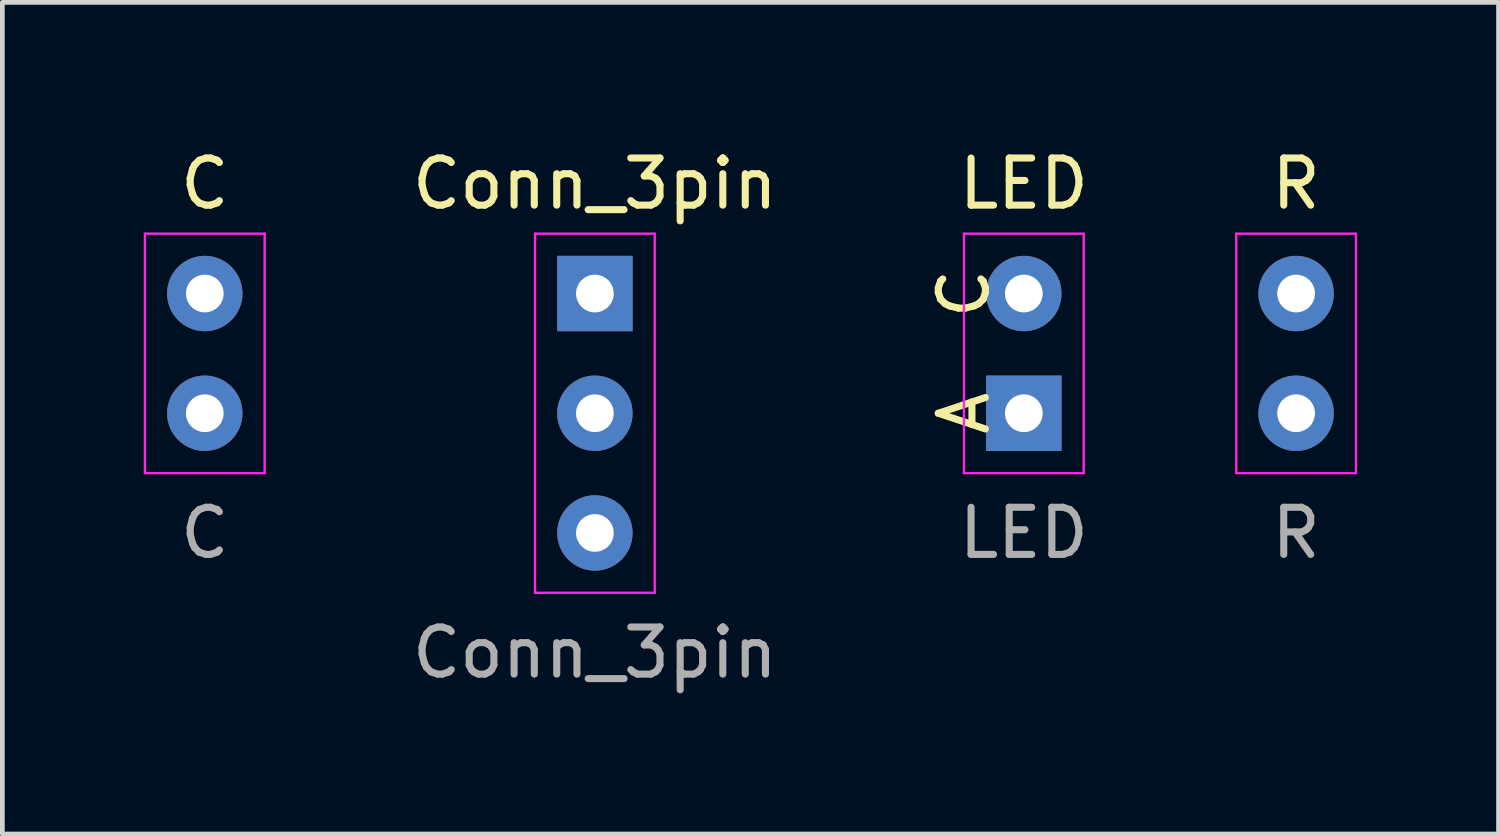
<source format=kicad_pcb>
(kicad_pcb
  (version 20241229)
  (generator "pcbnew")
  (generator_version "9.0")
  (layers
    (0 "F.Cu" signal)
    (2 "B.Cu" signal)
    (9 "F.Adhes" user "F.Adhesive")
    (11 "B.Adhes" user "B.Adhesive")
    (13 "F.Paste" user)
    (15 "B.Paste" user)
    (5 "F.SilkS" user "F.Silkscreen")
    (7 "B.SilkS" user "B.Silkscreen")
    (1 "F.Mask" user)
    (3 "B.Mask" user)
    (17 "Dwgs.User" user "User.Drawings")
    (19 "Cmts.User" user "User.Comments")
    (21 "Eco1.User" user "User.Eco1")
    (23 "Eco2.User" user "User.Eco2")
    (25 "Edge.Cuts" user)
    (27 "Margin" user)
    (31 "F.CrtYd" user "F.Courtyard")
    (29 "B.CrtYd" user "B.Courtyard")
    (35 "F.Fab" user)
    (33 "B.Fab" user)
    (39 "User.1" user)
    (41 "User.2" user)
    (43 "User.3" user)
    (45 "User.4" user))
  (footprint "LED"
    (layer "F.Cu")
    (at 18.673 3.178)
    (property "Reference" "LED" (at 0 -2.33 0) (layer "F.SilkS") (effects (font (size 1 1) (thickness 0.15))))
    (attr through_hole)
    (fp_line (start -1.27 -1.27) (end -1.27 3.81) (stroke (width 0.05) (type solid)) (layer "F.CrtYd"))
    (fp_line (start 1.27 -1.27) (end -1.27 -1.27) (stroke (width 0.05) (type solid)) (layer "F.CrtYd"))
    (fp_line (start 1.27 3.81) (end -1.27 3.81) (stroke (width 0.05) (type solid)) (layer "F.CrtYd"))
    (fp_line (start 1.27 3.81) (end 1.27 -1.27) (stroke (width 0.05) (type solid)) (layer "F.CrtYd"))
    (fp_text user "C" (at -1.27 0 90) (layer "F.SilkS") (effects (font (size 1 1) (thickness 0.15))))
    (fp_text user "A" (at -1.27 2.54 90) (layer "F.SilkS") (effects (font (size 1 1) (thickness 0.15))))
    (fp_text user "${REFERENCE}" (at 0 5.08 0) (layer "F.Fab") (effects (font (size 1 1) (thickness 0.15))))
    (pad "1" thru_hole oval (at 0 0) (size 1.6 1.6) (drill 0.8) (layers "*.Cu" "*.Mask"))
    (pad "2" thru_hole rect (at 0 2.54) (size 1.6 1.6) (drill 0.8) (layers "*.Cu" "*.Mask")))
  (footprint "C"
    (layer "F.Cu")
    (at 1.295 3.178)
    (property "Reference" "C" (at 0 -2.33 0) (layer "F.SilkS") (effects (font (size 1 1) (thickness 0.15))))
    (attr through_hole)
    (fp_line (start -1.27 -1.27) (end -1.27 3.81) (stroke (width 0.05) (type solid)) (layer "F.CrtYd"))
    (fp_line (start 1.27 -1.27) (end -1.27 -1.27) (stroke (width 0.05) (type solid)) (layer "F.CrtYd"))
    (fp_line (start 1.27 3.81) (end -1.27 3.81) (stroke (width 0.05) (type solid)) (layer "F.CrtYd"))
    (fp_line (start 1.27 3.81) (end 1.27 -1.27) (stroke (width 0.05) (type solid)) (layer "F.CrtYd"))
    (fp_text user "${REFERENCE}" (at 0 5.08 0) (layer "F.Fab") (effects (font (size 1 1) (thickness 0.15))))
    (pad "1" thru_hole circle (at 0 0) (size 1.6 1.6) (drill 0.8) (layers "*.Cu" "*.Mask"))
    (pad "2" thru_hole oval (at 0 2.54) (size 1.6 1.6) (drill 0.8) (layers "*.Cu" "*.Mask")))
  (footprint "Conn_3pin"
    (layer "F.Cu")
    (at 9.572 3.178)
    (property "Reference" "Conn_3pin" (at 0 -2.33 0) (layer "F.SilkS") (effects (font (size 1 1) (thickness 0.15))))
    (attr through_hole)
    (fp_line (start -1.27 -1.27) (end -1.27 6.35) (stroke (width 0.05) (type solid)) (layer "F.CrtYd"))
    (fp_line (start 1.27 -1.27) (end -1.27 -1.27) (stroke (width 0.05) (type solid)) (layer "F.CrtYd"))
    (fp_line (start 1.27 6.35) (end -1.27 6.35) (stroke (width 0.05) (type solid)) (layer "F.CrtYd"))
    (fp_line (start 1.27 6.35) (end 1.27 -1.27) (stroke (width 0.05) (type solid)) (layer "F.CrtYd"))
    (fp_text user "${REFERENCE}" (at 0 7.62 0) (layer "F.Fab") (effects (font (size 1 1) (thickness 0.15))))
    (pad "1" thru_hole rect (at 0 0) (size 1.6 1.6) (drill 0.8) (layers "*.Cu" "*.Mask"))
    (pad "2" thru_hole oval (at 0 2.54) (size 1.6 1.6) (drill 0.8) (layers "*.Cu" "*.Mask"))
    (pad "3" thru_hole oval (at 0 5.08) (size 1.6 1.6) (drill 0.8) (layers "*.Cu" "*.Mask")))
  (footprint "R"
    (layer "F.Cu")
    (at 24.45 3.178)
    (property "Reference" "R" (at 0 -2.33 0) (layer "F.SilkS") (effects (font (size 1 1) (thickness 0.15))))
    (attr through_hole)
    (fp_line (start -1.27 -1.27) (end -1.27 3.81) (stroke (width 0.05) (type solid)) (layer "F.CrtYd"))
    (fp_line (start 1.27 -1.27) (end -1.27 -1.27) (stroke (width 0.05) (type solid)) (layer "F.CrtYd"))
    (fp_line (start 1.27 3.81) (end -1.27 3.81) (stroke (width 0.05) (type solid)) (layer "F.CrtYd"))
    (fp_line (start 1.27 3.81) (end 1.27 -1.27) (stroke (width 0.05) (type solid)) (layer "F.CrtYd"))
    (fp_text user "${REFERENCE}" (at 0 5.08 0) (layer "F.Fab") (effects (font (size 1 1) (thickness 0.15))))
    (pad "1" thru_hole circle (at 0 0) (size 1.6 1.6) (drill 0.8) (layers "*.Cu" "*.Mask"))
    (pad "2" thru_hole oval (at 0 2.54) (size 1.6 1.6) (drill 0.8) (layers "*.Cu" "*.Mask")))
  (gr_rect
    (start -3 -3)
    (end 28.745 14.646)
    (stroke (width 0.1) (type default))
    (fill no)
    (layer "Edge.Cuts")))
</source>
